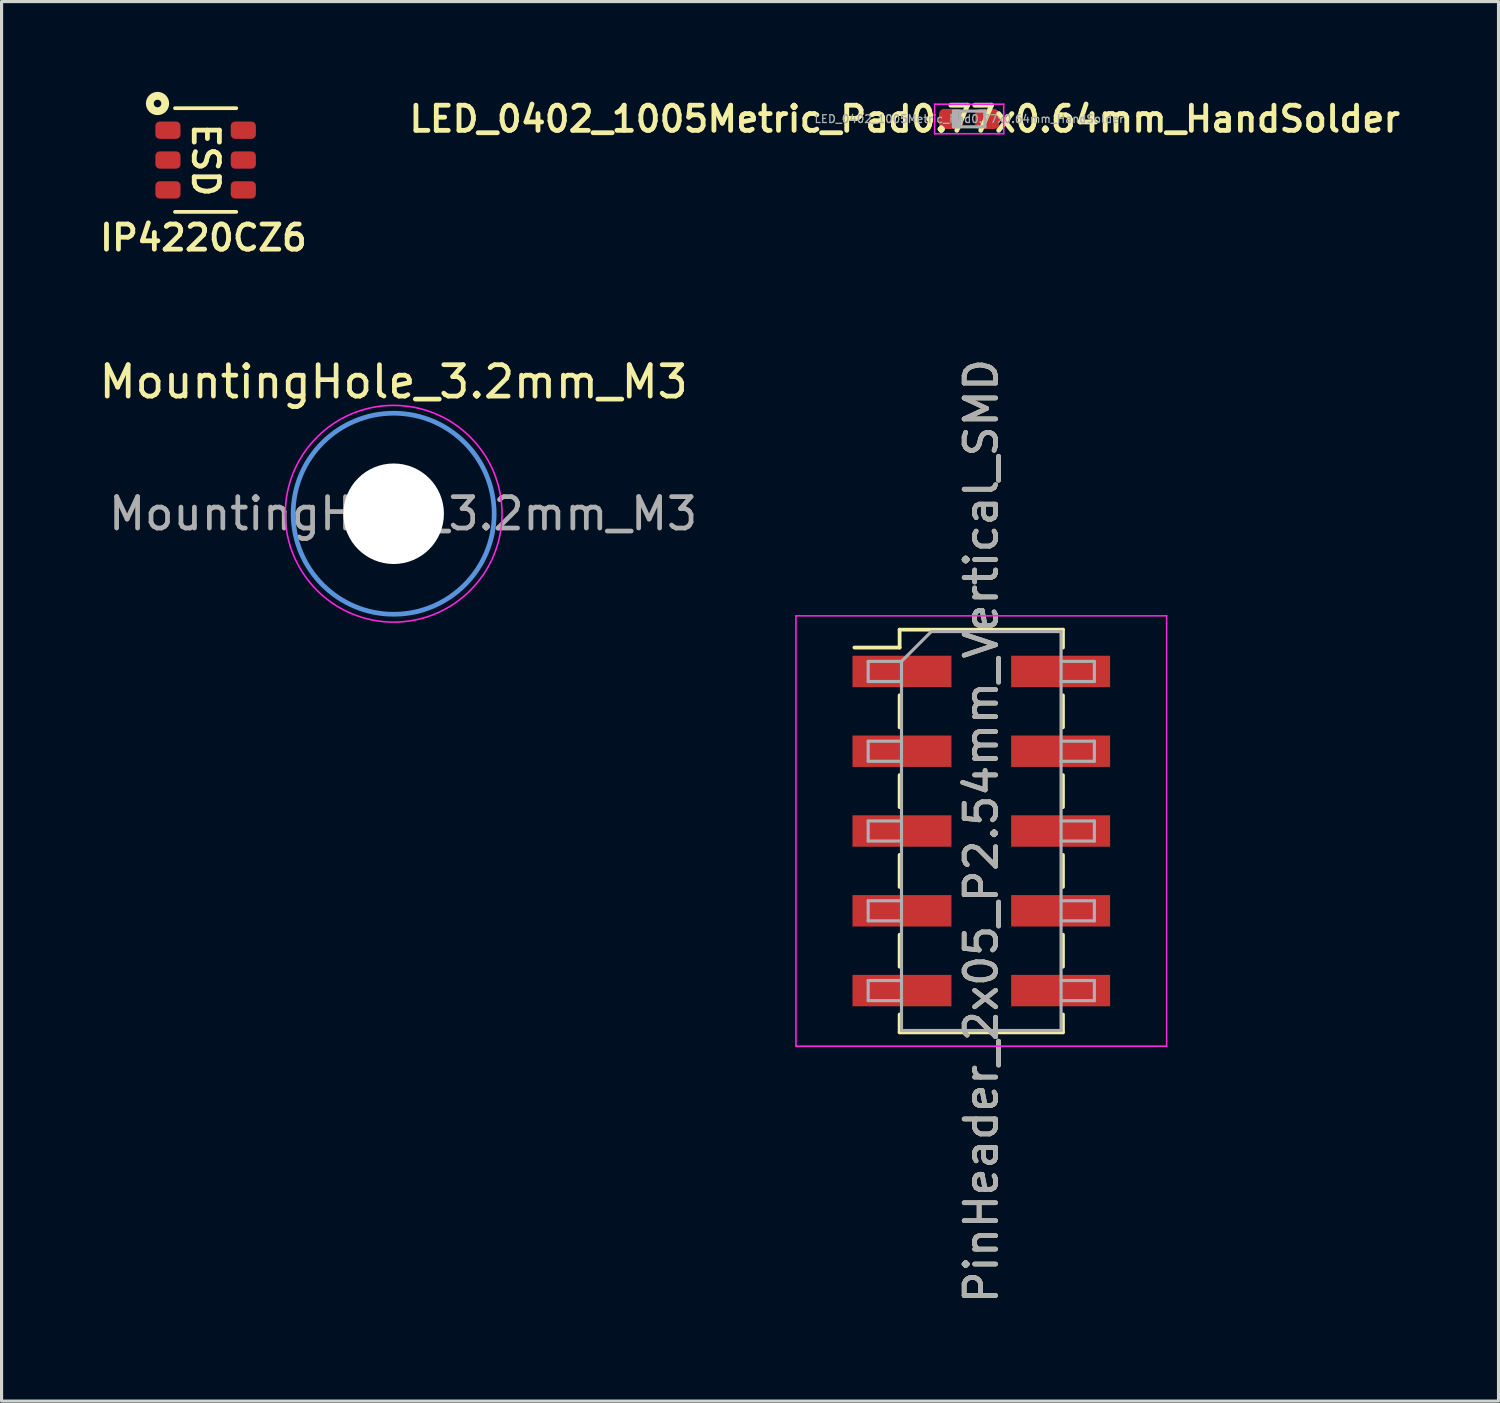
<source format=kicad_pcb>
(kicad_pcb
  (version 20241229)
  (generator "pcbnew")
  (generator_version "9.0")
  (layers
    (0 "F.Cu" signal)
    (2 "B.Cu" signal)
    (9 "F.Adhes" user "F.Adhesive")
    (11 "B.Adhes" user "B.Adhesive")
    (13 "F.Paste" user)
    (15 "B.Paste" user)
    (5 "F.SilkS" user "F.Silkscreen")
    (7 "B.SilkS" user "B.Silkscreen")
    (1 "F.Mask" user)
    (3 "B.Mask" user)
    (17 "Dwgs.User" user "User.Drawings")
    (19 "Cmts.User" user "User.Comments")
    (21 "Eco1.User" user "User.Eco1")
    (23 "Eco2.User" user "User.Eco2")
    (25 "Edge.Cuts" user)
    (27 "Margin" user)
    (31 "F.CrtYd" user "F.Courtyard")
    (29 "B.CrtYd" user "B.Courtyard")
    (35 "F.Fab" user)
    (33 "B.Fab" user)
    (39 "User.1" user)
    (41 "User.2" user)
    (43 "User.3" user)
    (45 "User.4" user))
  (footprint "MountingHole_3.2mm_M3"
    (layer "F.Cu")
    (at 9.482 13.305)
    (property "Reference" "MountingHole_3.2mm_M3" (at 0 -4.2 0) (layer "F.SilkS") (effects (font (size 1 1) (thickness 0.15))))
    (attr exclude_from_pos_files exclude_from_bom)
    (fp_circle (center 0 0) (end 3.2 0) (stroke (width 0.15) (type solid)) (fill no) (layer "Cmts.User"))
    (fp_circle (center 0 0) (end 3.45 0) (stroke (width 0.05) (type solid)) (fill no) (layer "F.CrtYd"))
    (fp_text user "${REFERENCE}" (at 0.3 0 0) (layer "F.Fab") (effects (font (size 1 1) (thickness 0.15))))
    (pad "" np_thru_hole circle (at 0 0) (size 3.2 3.2) (drill 3.2) (layers "*.Cu" "*.Mask")))
  (footprint "IP4220CZ6"
    (layer "F.Cu")
    (at 3.496 2.045)
    (property "Reference" "IP4220CZ6" (at -0.071 2.475 0) (layer "F.SilkS") (effects (font (size 0.8 0.8) (thickness 0.153))))
    (attr through_hole)
    (fp_line (start -0.975 -1.65) (end 0.975 -1.65) (stroke (width 0.12) (type solid)) (layer "F.SilkS"))
    (fp_line (start -0.975 1.65) (end 0.975 1.65) (stroke (width 0.12) (type solid)) (layer "F.SilkS"))
    (fp_circle (center -1.531 -1.8) (end -1.411 -1.8) (stroke (width 0.25) (type solid)) (fill no) (layer "F.SilkS"))
    (fp_text user "ESD" (at 0 0 270) (unlocked yes) (layer "F.SilkS") (effects (font (size 0.8 0.8) (thickness 0.153))))
    (pad "1" smd roundrect (at -1.2 -0.95 180) (size 0.8 0.55) (layers "F.Cu" "F.Mask" "F.Paste") (roundrect_rratio 0.25))
    (pad "2" smd roundrect (at -1.2 0 180) (size 0.8 0.55) (layers "F.Cu" "F.Mask" "F.Paste") (roundrect_rratio 0.25))
    (pad "3" smd roundrect (at -1.2 0.95 180) (size 0.8 0.55) (layers "F.Cu" "F.Mask" "F.Paste") (roundrect_rratio 0.25))
    (pad "4" smd roundrect (at 1.2 0.95 180) (size 0.8 0.55) (layers "F.Cu" "F.Mask" "F.Paste") (roundrect_rratio 0.25))
    (pad "5" smd roundrect (at 1.2 0 180) (size 0.8 0.55) (layers "F.Cu" "F.Mask" "F.Paste") (roundrect_rratio 0.25))
    (pad "6" smd roundrect (at 1.2 -0.95 180) (size 0.8 0.55) (layers "F.Cu" "F.Mask" "F.Paste") (roundrect_rratio 0.25)))
  (footprint "PinHeader_2x05_P2.54mm_Vertical_SMD"
    (layer "F.Cu")
    (at 28.189 23.405)
    (property "Reference" "PinHeader_2x05_P2.54mm_Vertical_SMD" (at 0 0 90) (layer "F.SilkS") (effects (font (size 1 1) (thickness 0.15))))
    (attr smd)
    (fp_line (start -4.04 -5.84) (end -2.6 -5.84) (stroke (width 0.12) (type solid)) (layer "F.SilkS"))
    (fp_line (start -2.6 -6.41) (end -2.6 -5.84) (stroke (width 0.12) (type solid)) (layer "F.SilkS"))
    (fp_line (start -2.6 -6.41) (end 2.6 -6.41) (stroke (width 0.12) (type solid)) (layer "F.SilkS"))
    (fp_line (start -2.6 -4.32) (end -2.6 -3.3) (stroke (width 0.12) (type solid)) (layer "F.SilkS"))
    (fp_line (start -2.6 -1.78) (end -2.6 -0.76) (stroke (width 0.12) (type solid)) (layer "F.SilkS"))
    (fp_line (start -2.6 0.76) (end -2.6 1.78) (stroke (width 0.12) (type solid)) (layer "F.SilkS"))
    (fp_line (start -2.6 3.3) (end -2.6 4.32) (stroke (width 0.12) (type solid)) (layer "F.SilkS"))
    (fp_line (start -2.6 5.84) (end -2.6 6.41) (stroke (width 0.12) (type solid)) (layer "F.SilkS"))
    (fp_line (start -2.6 6.41) (end 2.6 6.41) (stroke (width 0.12) (type solid)) (layer "F.SilkS"))
    (fp_line (start 2.6 -6.41) (end 2.6 -5.84) (stroke (width 0.12) (type solid)) (layer "F.SilkS"))
    (fp_line (start 2.6 -4.32) (end 2.6 -3.3) (stroke (width 0.12) (type solid)) (layer "F.SilkS"))
    (fp_line (start 2.6 -1.78) (end 2.6 -0.76) (stroke (width 0.12) (type solid)) (layer "F.SilkS"))
    (fp_line (start 2.6 0.76) (end 2.6 1.78) (stroke (width 0.12) (type solid)) (layer "F.SilkS"))
    (fp_line (start 2.6 3.3) (end 2.6 4.32) (stroke (width 0.12) (type solid)) (layer "F.SilkS"))
    (fp_line (start 2.6 5.84) (end 2.6 6.41) (stroke (width 0.12) (type solid)) (layer "F.SilkS"))
    (fp_line (start -5.9 -6.85) (end -5.9 6.85) (stroke (width 0.05) (type solid)) (layer "F.CrtYd"))
    (fp_line (start -5.9 6.85) (end 5.9 6.85) (stroke (width 0.05) (type solid)) (layer "F.CrtYd"))
    (fp_line (start 5.9 -6.85) (end -5.9 -6.85) (stroke (width 0.05) (type solid)) (layer "F.CrtYd"))
    (fp_line (start 5.9 6.85) (end 5.9 -6.85) (stroke (width 0.05) (type solid)) (layer "F.CrtYd"))
    (fp_line (start -3.6 -5.4) (end -3.6 -4.76) (stroke (width 0.1) (type solid)) (layer "F.Fab"))
    (fp_line (start -3.6 -4.76) (end -2.54 -4.76) (stroke (width 0.1) (type solid)) (layer "F.Fab"))
    (fp_line (start -3.6 -2.86) (end -3.6 -2.22) (stroke (width 0.1) (type solid)) (layer "F.Fab"))
    (fp_line (start -3.6 -2.22) (end -2.54 -2.22) (stroke (width 0.1) (type solid)) (layer "F.Fab"))
    (fp_line (start -3.6 -0.32) (end -3.6 0.32) (stroke (width 0.1) (type solid)) (layer "F.Fab"))
    (fp_line (start -3.6 0.32) (end -2.54 0.32) (stroke (width 0.1) (type solid)) (layer "F.Fab"))
    (fp_line (start -3.6 2.22) (end -3.6 2.86) (stroke (width 0.1) (type solid)) (layer "F.Fab"))
    (fp_line (start -3.6 2.86) (end -2.54 2.86) (stroke (width 0.1) (type solid)) (layer "F.Fab"))
    (fp_line (start -3.6 4.76) (end -3.6 5.4) (stroke (width 0.1) (type solid)) (layer "F.Fab"))
    (fp_line (start -3.6 5.4) (end -2.54 5.4) (stroke (width 0.1) (type solid)) (layer "F.Fab"))
    (fp_line (start -2.54 -5.4) (end -3.6 -5.4) (stroke (width 0.1) (type solid)) (layer "F.Fab"))
    (fp_line (start -2.54 -5.4) (end -1.59 -6.35) (stroke (width 0.1) (type solid)) (layer "F.Fab"))
    (fp_line (start -2.54 -2.86) (end -3.6 -2.86) (stroke (width 0.1) (type solid)) (layer "F.Fab"))
    (fp_line (start -2.54 -0.32) (end -3.6 -0.32) (stroke (width 0.1) (type solid)) (layer "F.Fab"))
    (fp_line (start -2.54 2.22) (end -3.6 2.22) (stroke (width 0.1) (type solid)) (layer "F.Fab"))
    (fp_line (start -2.54 4.76) (end -3.6 4.76) (stroke (width 0.1) (type solid)) (layer "F.Fab"))
    (fp_line (start -2.54 6.35) (end -2.54 -5.4) (stroke (width 0.1) (type solid)) (layer "F.Fab"))
    (fp_line (start -1.59 -6.35) (end 2.54 -6.35) (stroke (width 0.1) (type solid)) (layer "F.Fab"))
    (fp_line (start 2.54 -6.35) (end 2.54 6.35) (stroke (width 0.1) (type solid)) (layer "F.Fab"))
    (fp_line (start 2.54 -5.4) (end 3.6 -5.4) (stroke (width 0.1) (type solid)) (layer "F.Fab"))
    (fp_line (start 2.54 -2.86) (end 3.6 -2.86) (stroke (width 0.1) (type solid)) (layer "F.Fab"))
    (fp_line (start 2.54 -0.32) (end 3.6 -0.32) (stroke (width 0.1) (type solid)) (layer "F.Fab"))
    (fp_line (start 2.54 2.22) (end 3.6 2.22) (stroke (width 0.1) (type solid)) (layer "F.Fab"))
    (fp_line (start 2.54 4.76) (end 3.6 4.76) (stroke (width 0.1) (type solid)) (layer "F.Fab"))
    (fp_line (start 2.54 6.35) (end -2.54 6.35) (stroke (width 0.1) (type solid)) (layer "F.Fab"))
    (fp_line (start 3.6 -5.4) (end 3.6 -4.76) (stroke (width 0.1) (type solid)) (layer "F.Fab"))
    (fp_line (start 3.6 -4.76) (end 2.54 -4.76) (stroke (width 0.1) (type solid)) (layer "F.Fab"))
    (fp_line (start 3.6 -2.86) (end 3.6 -2.22) (stroke (width 0.1) (type solid)) (layer "F.Fab"))
    (fp_line (start 3.6 -2.22) (end 2.54 -2.22) (stroke (width 0.1) (type solid)) (layer "F.Fab"))
    (fp_line (start 3.6 -0.32) (end 3.6 0.32) (stroke (width 0.1) (type solid)) (layer "F.Fab"))
    (fp_line (start 3.6 0.32) (end 2.54 0.32) (stroke (width 0.1) (type solid)) (layer "F.Fab"))
    (fp_line (start 3.6 2.22) (end 3.6 2.86) (stroke (width 0.1) (type solid)) (layer "F.Fab"))
    (fp_line (start 3.6 2.86) (end 2.54 2.86) (stroke (width 0.1) (type solid)) (layer "F.Fab"))
    (fp_line (start 3.6 4.76) (end 3.6 5.4) (stroke (width 0.1) (type solid)) (layer "F.Fab"))
    (fp_line (start 3.6 5.4) (end 2.54 5.4) (stroke (width 0.1) (type solid)) (layer "F.Fab"))
    (fp_text user "${REFERENCE}" (at 0 0 90) (layer "F.Fab") (effects (font (size 1 1) (thickness 0.15))))
    (pad "1" smd rect (at -2.525 -5.08 180) (size 3.15 1) (layers "F.Cu" "F.Mask" "F.Paste"))
    (pad "2" smd rect (at 2.525 -5.08 180) (size 3.15 1) (layers "F.Cu" "F.Mask" "F.Paste"))
    (pad "3" smd rect (at -2.525 -2.54 180) (size 3.15 1) (layers "F.Cu" "F.Mask" "F.Paste"))
    (pad "4" smd rect (at 2.525 -2.54 180) (size 3.15 1) (layers "F.Cu" "F.Mask" "F.Paste"))
    (pad "5" smd rect (at -2.525 0 180) (size 3.15 1) (layers "F.Cu" "F.Mask" "F.Paste"))
    (pad "6" smd rect (at 2.525 0 180) (size 3.15 1) (layers "F.Cu" "F.Mask" "F.Paste"))
    (pad "7" smd rect (at -2.525 2.54 180) (size 3.15 1) (layers "F.Cu" "F.Mask" "F.Paste"))
    (pad "8" smd rect (at 2.525 2.54 180) (size 3.15 1) (layers "F.Cu" "F.Mask" "F.Paste"))
    (pad "9" smd rect (at -2.525 5.08 180) (size 3.15 1) (layers "F.Cu" "F.Mask" "F.Paste"))
    (pad "10" smd rect (at 2.525 5.08 180) (size 3.15 1) (layers "F.Cu" "F.Mask" "F.Paste")))
  (footprint "LED_0402_1005Metric_Pad0.77x0.64mm_HandSolder"
    (layer "F.Cu")
    (at 27.803 0.737)
    (property "Reference" "LED_0402_1005Metric_Pad0.77x0.64mm_HandSolder" (at -2.05 0 0) (layer "F.SilkS") (effects (font (size 0.8 0.8) (thickness 0.153))))
    (attr through_hole)
    (fp_circle (center -1.265 0) (end -1.215 0) (stroke (width 0.1) (type solid)) (fill no) (layer "F.SilkS"))
    (fp_line (start -1.1 -0.47) (end 1.1 -0.47) (stroke (width 0.05) (type solid)) (layer "F.CrtYd"))
    (fp_line (start -1.1 0.47) (end -1.1 -0.47) (stroke (width 0.05) (type solid)) (layer "F.CrtYd"))
    (fp_line (start 1.1 -0.47) (end 1.1 0.47) (stroke (width 0.05) (type solid)) (layer "F.CrtYd"))
    (fp_line (start 1.1 0.47) (end -1.1 0.47) (stroke (width 0.05) (type solid)) (layer "F.CrtYd"))
    (fp_line (start -0.5 -0.25) (end 0.5 -0.25) (stroke (width 0.1) (type solid)) (layer "F.Fab"))
    (fp_line (start -0.5 0.25) (end -0.5 -0.25) (stroke (width 0.1) (type solid)) (layer "F.Fab"))
    (fp_line (start -0.4 0.25) (end -0.4 -0.25) (stroke (width 0.1) (type solid)) (layer "F.Fab"))
    (fp_line (start -0.3 0.25) (end -0.3 -0.25) (stroke (width 0.1) (type solid)) (layer "F.Fab"))
    (fp_line (start 0.5 -0.25) (end 0.5 0.25) (stroke (width 0.1) (type solid)) (layer "F.Fab"))
    (fp_line (start 0.5 0.25) (end -0.5 0.25) (stroke (width 0.1) (type solid)) (layer "F.Fab"))
    (fp_text user "${REFERENCE}" (at 0 0 0) (layer "F.Fab") (effects (font (size 0.25 0.25) (thickness 0.04))))
    (pad "1" smd roundrect (at -0.573 0 180) (size 0.765 0.64) (layers "F.Cu" "F.Mask" "F.Paste") (roundrect_rratio 0.25))
    (pad "2" smd roundrect (at 0.573 0 180) (size 0.765 0.64) (layers "F.Cu" "F.Mask" "F.Paste") (roundrect_rratio 0.25)))
  (gr_rect
    (start -3 -3)
    (end 44.655 41.554)
    (stroke (width 0.1) (type default))
    (fill no)
    (layer "Edge.Cuts")))
</source>
